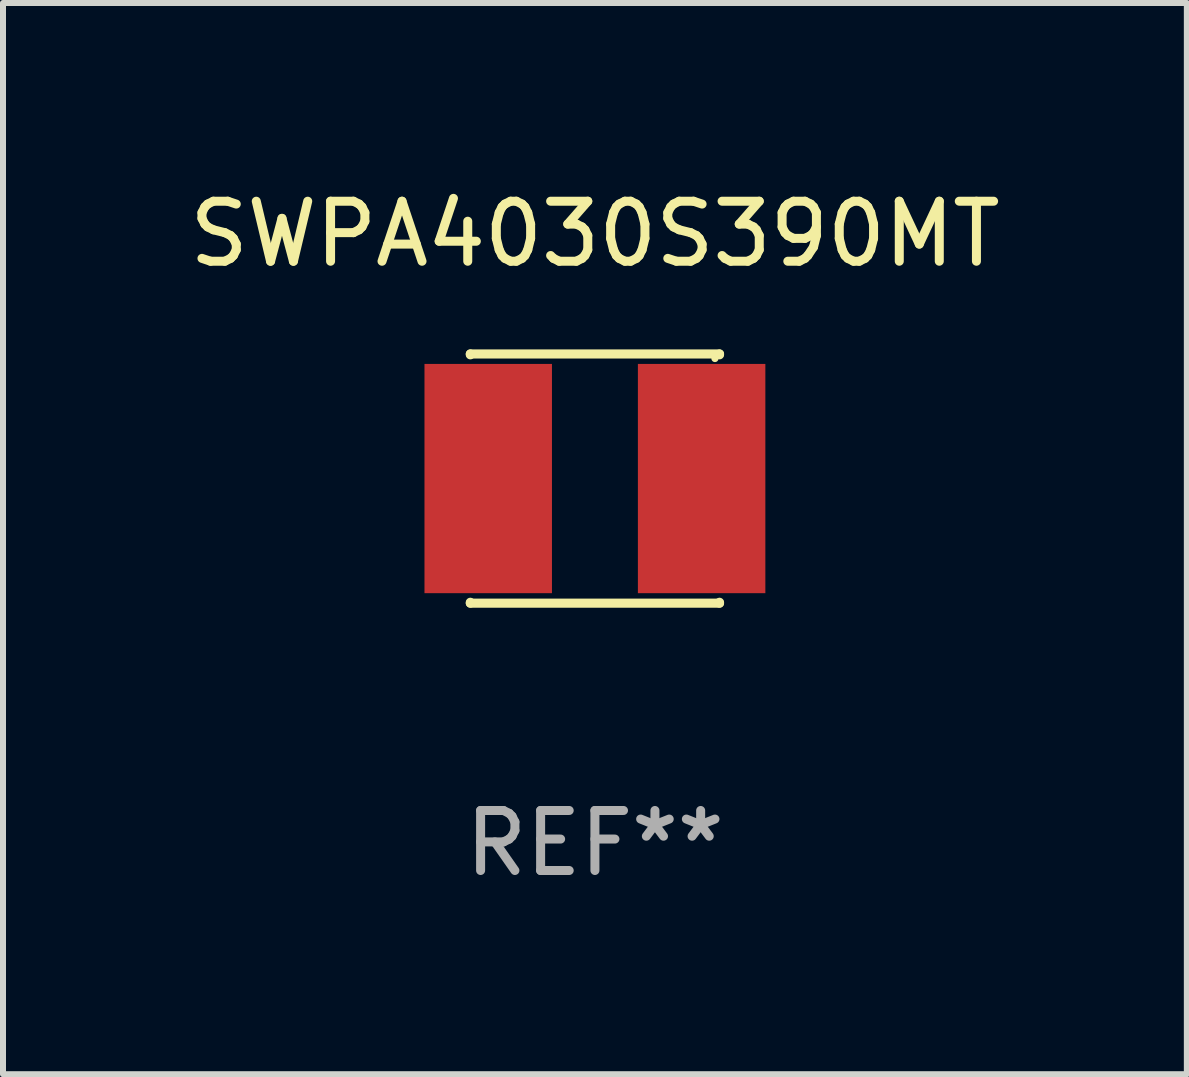
<source format=kicad_pcb>
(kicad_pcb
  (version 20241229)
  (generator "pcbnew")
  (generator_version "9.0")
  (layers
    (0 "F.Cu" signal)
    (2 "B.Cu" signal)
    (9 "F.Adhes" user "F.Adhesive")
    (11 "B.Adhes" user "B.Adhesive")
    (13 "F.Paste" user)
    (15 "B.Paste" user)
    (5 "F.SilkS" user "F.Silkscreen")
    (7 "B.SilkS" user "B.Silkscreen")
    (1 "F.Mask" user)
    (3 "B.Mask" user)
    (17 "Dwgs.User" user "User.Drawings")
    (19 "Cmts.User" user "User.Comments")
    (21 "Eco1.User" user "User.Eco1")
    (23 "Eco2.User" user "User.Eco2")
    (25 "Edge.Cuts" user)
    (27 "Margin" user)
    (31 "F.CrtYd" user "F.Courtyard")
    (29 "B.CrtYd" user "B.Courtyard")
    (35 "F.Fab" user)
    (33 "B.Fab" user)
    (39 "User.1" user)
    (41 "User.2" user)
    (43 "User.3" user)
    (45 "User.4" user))
  (footprint "SWPA4030S390MT"
    (layer "F.Cu")
    (at 6.863 4.924)
    (property "Reference" "SWPA4030S390MT" (at 0 -4.076 0) (layer "F.SilkS") (effects (font (size 1 1) (thickness 0.15))))
    (attr through_hole)
    (fp_line (start -2.076 -2.076) (end 2.076 -2.076) (stroke (width 0.152) (type solid)) (layer "F.SilkS"))
    (fp_line (start -2.076 -2.062) (end -2.076 -2.076) (stroke (width 0.152) (type solid)) (layer "F.SilkS"))
    (fp_line (start -2.076 2.062) (end -2.076 2.076) (stroke (width 0.152) (type solid)) (layer "F.SilkS"))
    (fp_line (start -2.076 2.076) (end 2.076 2.076) (stroke (width 0.152) (type solid)) (layer "F.SilkS"))
    (fp_line (start 2.076 -2.076) (end 2.076 -2.062) (stroke (width 0.152) (type solid)) (layer "F.SilkS"))
    (fp_line (start 2.076 2.076) (end 2.076 2.062) (stroke (width 0.152) (type solid)) (layer "F.SilkS"))
    (fp_circle (center 2 -2) (end 2.03 -2) (stroke (width 0.06) (type solid)) (fill no) (layer "F.SilkS"))
    (fp_text user "REF**" (at 0 6.076 0) (layer "F.Fab") (effects (font (size 1 1) (thickness 0.15))))
    (pad "1" smd rect (at 1.778 0) (size 2.124 3.82) (layers "F.Cu" "F.Mask" "F.Paste"))
    (pad "2" smd rect (at -1.778 0) (size 2.124 3.82) (layers "F.Cu" "F.Mask" "F.Paste")))
  (gr_rect
    (start -3 -3)
    (end 16.726 14.849)
    (stroke (width 0.1) (type default))
    (fill no)
    (layer "Edge.Cuts")))
</source>
